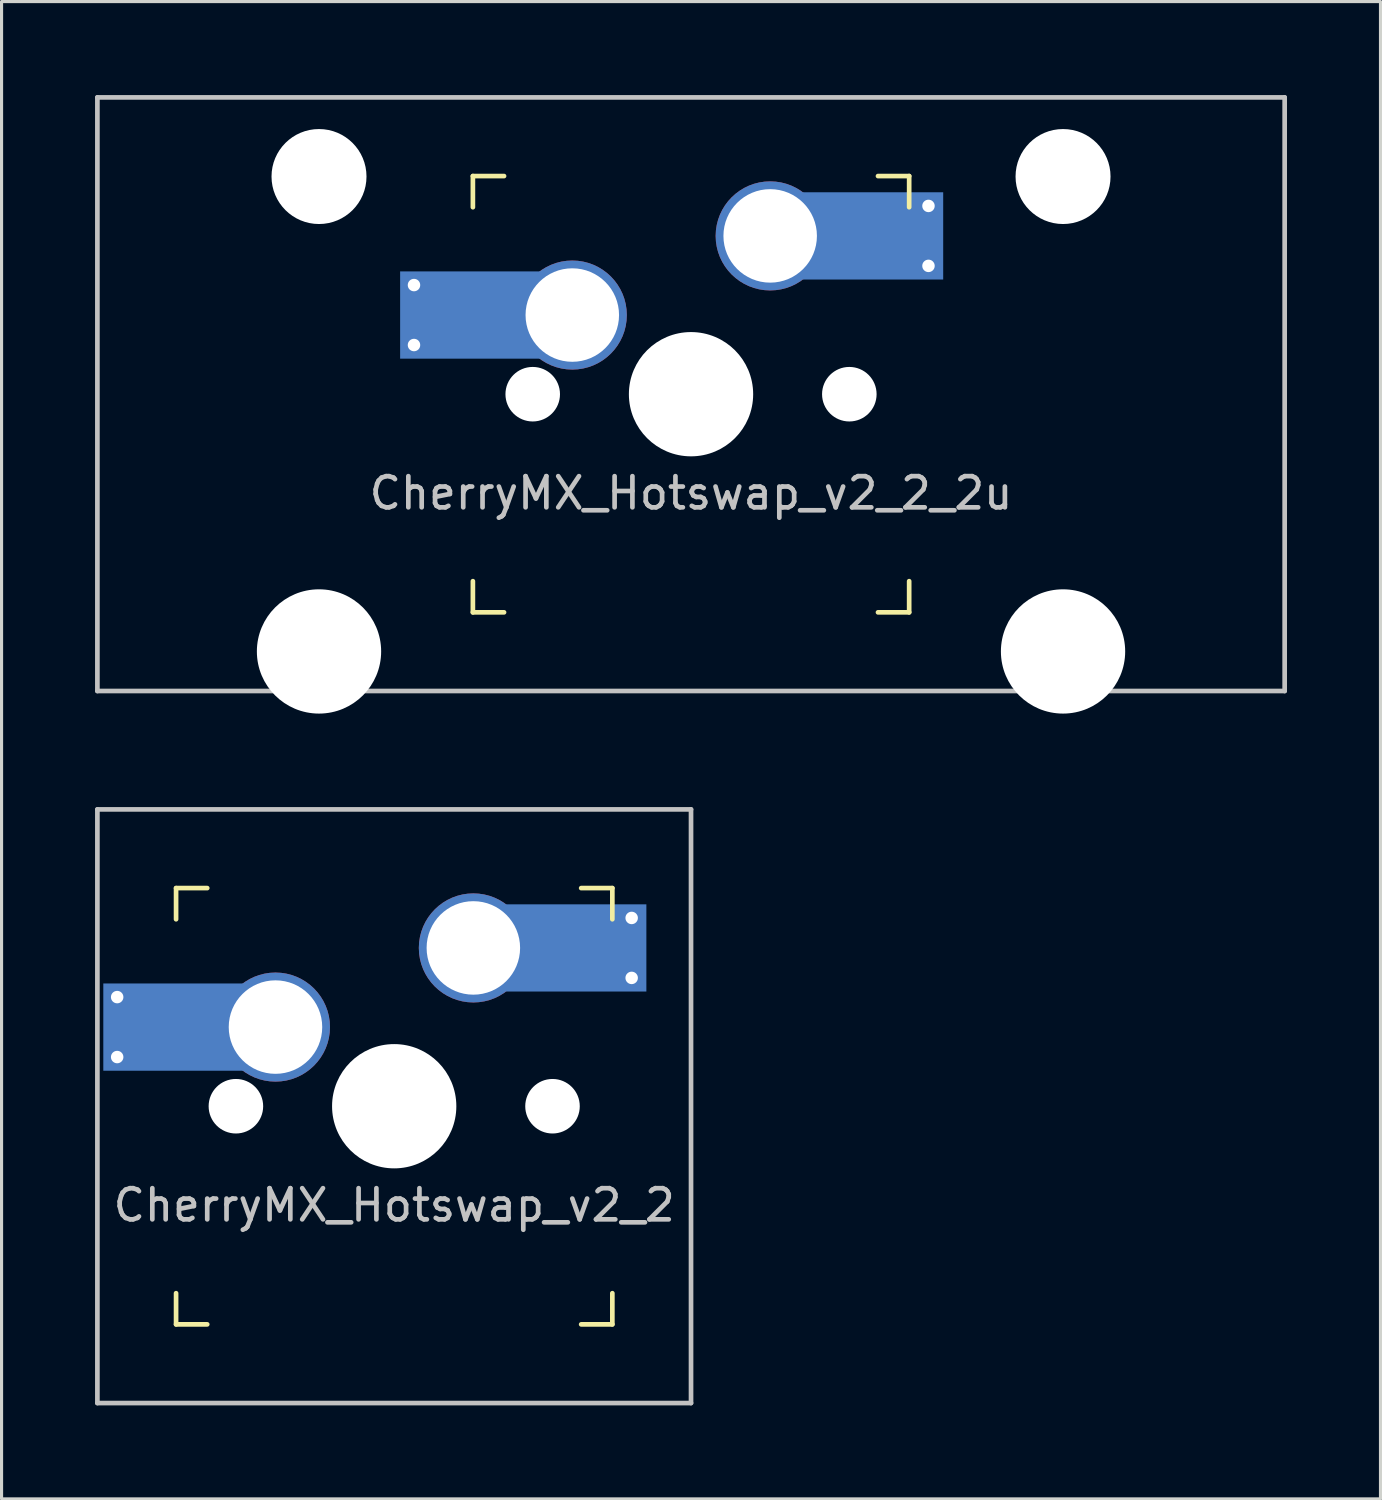
<source format=kicad_pcb>
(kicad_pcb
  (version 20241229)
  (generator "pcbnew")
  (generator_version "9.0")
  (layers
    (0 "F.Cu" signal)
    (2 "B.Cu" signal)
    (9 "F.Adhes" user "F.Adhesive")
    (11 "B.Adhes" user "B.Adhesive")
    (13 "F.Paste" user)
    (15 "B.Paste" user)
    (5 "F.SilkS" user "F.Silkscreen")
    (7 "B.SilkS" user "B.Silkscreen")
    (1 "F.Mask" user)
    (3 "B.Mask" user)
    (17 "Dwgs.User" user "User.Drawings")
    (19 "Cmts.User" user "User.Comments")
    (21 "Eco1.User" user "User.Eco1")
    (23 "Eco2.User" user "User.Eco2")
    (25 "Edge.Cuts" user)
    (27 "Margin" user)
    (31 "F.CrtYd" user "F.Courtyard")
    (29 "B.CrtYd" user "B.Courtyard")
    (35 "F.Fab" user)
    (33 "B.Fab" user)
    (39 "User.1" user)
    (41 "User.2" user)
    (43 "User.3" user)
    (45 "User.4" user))
  (footprint "CherryMX_Hotswap_v2_2"
    (layer "F.Cu")
    (at 9.6 32.449)
    (property "Reference" "CherryMX_Hotswap_v2_2" (at 0 3.175 0) (layer "Dwgs.User") (effects (font (size 1 1) (thickness 0.15))))
    (attr through_hole)
    (fp_line (start -7 -7) (end -7 -6) (stroke (width 0.15) (type solid)) (layer "F.SilkS"))
    (fp_line (start -7 6) (end -7 7) (stroke (width 0.15) (type solid)) (layer "F.SilkS"))
    (fp_line (start -7 7) (end -6 7) (stroke (width 0.15) (type solid)) (layer "F.SilkS"))
    (fp_line (start -6 -7) (end -7 -7) (stroke (width 0.15) (type solid)) (layer "F.SilkS"))
    (fp_line (start 6 -7) (end 7 -7) (stroke (width 0.15) (type solid)) (layer "F.SilkS"))
    (fp_line (start 6 7) (end 7 7) (stroke (width 0.15) (type solid)) (layer "F.SilkS"))
    (fp_line (start 7 -7) (end 7 -6) (stroke (width 0.15) (type solid)) (layer "F.SilkS"))
    (fp_line (start 7 7) (end 7 6) (stroke (width 0.15) (type solid)) (layer "F.SilkS"))
    (fp_line (start -9.525 -9.525) (end 9.525 -9.525) (stroke (width 0.15) (type solid)) (layer "Dwgs.User"))
    (fp_line (start -9.525 9.525) (end -9.525 -9.525) (stroke (width 0.15) (type solid)) (layer "Dwgs.User"))
    (fp_line (start 9.525 -9.525) (end 9.525 9.525) (stroke (width 0.15) (type solid)) (layer "Dwgs.User"))
    (fp_line (start 9.525 9.525) (end -9.525 9.525) (stroke (width 0.15) (type solid)) (layer "Dwgs.User"))
    (pad "" smd rect (at -7.085 -2.54) (size 2.55 2.8) (layers "B.Mask" "B.Paste"))
    (pad "" np_thru_hole circle (at -5.08 0 48.1) (size 1.75 1.75) (drill 1.75) (layers "*.Cu" "*.Mask"))
    (pad "" np_thru_hole circle (at 0 0) (size 3.988 3.988) (drill 3.988) (layers "*.Cu" "*.Mask"))
    (pad "" np_thru_hole circle (at 5.08 0 48.1) (size 1.75 1.75) (drill 1.75) (layers "*.Cu" "*.Mask"))
    (pad "" smd rect (at 5.815 -5.08) (size 2.55 2.8) (layers "B.Mask" "B.Paste"))
    (pad "1" thru_hole circle (at -8.89 -3.502) (size 0.8 0.8) (drill 0.4) (layers "*.Cu"))
    (pad "1" thru_hole circle (at -8.89 -1.578) (size 0.8 0.8) (drill 0.4) (layers "*.Cu"))
    (pad "1" smd custom (at -7.085 -2.54) (size 4.5 2.8) (layers "B.Cu") (options (anchor rect)) (primitives (gr_line (start 2.286 0) (end 3.302 0) (width 0.254))))
    (pad "1" thru_hole circle (at -3.81 -2.54) (size 3.5 3.5) (drill 3) (layers "*.Cu"))
    (pad "2" thru_hole circle (at 2.54 -5.08) (size 3.5 3.5) (drill 3) (layers "*.Cu"))
    (pad "2" smd custom (at 5.842 -5.08) (size 4.5 2.8) (layers "B.Cu") (options (anchor rect)) (primitives (gr_line (start -2.286 0) (end -3.302 0) (width 0.254))))
    (pad "2" thru_hole circle (at 7.62 -6.042) (size 0.8 0.8) (drill 0.4) (layers "*.Cu"))
    (pad "2" thru_hole circle (at 7.62 -4.118) (size 0.8 0.8) (drill 0.4) (layers "*.Cu")))
  (footprint "CherryMX_Hotswap_v2_2_2u"
    (layer "F.Cu")
    (at 19.125 9.6)
    (property "Reference" "CherryMX_Hotswap_v2_2_2u" (at 0 3.175 0) (layer "Dwgs.User") (effects (font (size 1 1) (thickness 0.15))))
    (attr through_hole)
    (fp_line (start -7 -7) (end -7 -6) (stroke (width 0.15) (type solid)) (layer "F.SilkS"))
    (fp_line (start -7 6) (end -7 7) (stroke (width 0.15) (type solid)) (layer "F.SilkS"))
    (fp_line (start -7 7) (end -6 7) (stroke (width 0.15) (type solid)) (layer "F.SilkS"))
    (fp_line (start -6 -7) (end -7 -7) (stroke (width 0.15) (type solid)) (layer "F.SilkS"))
    (fp_line (start 6 -7) (end 7 -7) (stroke (width 0.15) (type solid)) (layer "F.SilkS"))
    (fp_line (start 6 7) (end 7 7) (stroke (width 0.15) (type solid)) (layer "F.SilkS"))
    (fp_line (start 7 -7) (end 7 -6) (stroke (width 0.15) (type solid)) (layer "F.SilkS"))
    (fp_line (start 7 7) (end 7 6) (stroke (width 0.15) (type solid)) (layer "F.SilkS"))
    (fp_line (start -19.05 -9.525) (end 19.05 -9.525) (stroke (width 0.15) (type solid)) (layer "Dwgs.User"))
    (fp_line (start -19.05 9.525) (end -19.05 -9.525) (stroke (width 0.15) (type solid)) (layer "Dwgs.User"))
    (fp_line (start 19.05 -9.525) (end 19.05 9.525) (stroke (width 0.15) (type solid)) (layer "Dwgs.User"))
    (fp_line (start 19.05 9.525) (end -19.05 9.525) (stroke (width 0.15) (type solid)) (layer "Dwgs.User"))
    (pad "" np_thru_hole circle (at -11.938 -6.985) (size 3.048 3.048) (drill 3.048) (layers "*.Cu" "*.Mask"))
    (pad "" np_thru_hole circle (at -11.938 8.255) (size 3.988 3.988) (drill 3.988) (layers "*.Cu" "*.Mask"))
    (pad "" smd rect (at -7.085 -2.54) (size 2.55 2.8) (layers "B.Mask" "B.Paste"))
    (pad "" np_thru_hole circle (at -5.08 0 48.1) (size 1.75 1.75) (drill 1.75) (layers "*.Cu" "*.Mask"))
    (pad "" np_thru_hole circle (at 0 0) (size 3.988 3.988) (drill 3.988) (layers "*.Cu" "*.Mask"))
    (pad "" np_thru_hole circle (at 5.08 0 48.1) (size 1.75 1.75) (drill 1.75) (layers "*.Cu" "*.Mask"))
    (pad "" smd rect (at 5.815 -5.08) (size 2.55 2.8) (layers "B.Mask" "B.Paste"))
    (pad "" np_thru_hole circle (at 11.938 -6.985) (size 3.048 3.048) (drill 3.048) (layers "*.Cu" "*.Mask"))
    (pad "" np_thru_hole circle (at 11.938 8.255) (size 3.988 3.988) (drill 3.988) (layers "*.Cu" "*.Mask"))
    (pad "1" thru_hole circle (at -8.89 -3.502) (size 0.8 0.8) (drill 0.4) (layers "*.Cu"))
    (pad "1" thru_hole circle (at -8.89 -1.578) (size 0.8 0.8) (drill 0.4) (layers "*.Cu"))
    (pad "1" smd custom (at -7.085 -2.54) (size 4.5 2.8) (layers "B.Cu") (options (anchor rect)) (primitives (gr_line (start 2.286 0) (end 3.302 0) (width 0.254))))
    (pad "1" thru_hole circle (at -3.81 -2.54) (size 3.5 3.5) (drill 3) (layers "*.Cu"))
    (pad "2" thru_hole circle (at 2.54 -5.08) (size 3.5 3.5) (drill 3) (layers "*.Cu"))
    (pad "2" smd custom (at 5.842 -5.08) (size 4.5 2.8) (layers "B.Cu") (options (anchor rect)) (primitives (gr_line (start -2.286 0) (end -3.302 0) (width 0.254))))
    (pad "2" thru_hole circle (at 7.62 -6.042) (size 0.8 0.8) (drill 0.4) (layers "*.Cu"))
    (pad "2" thru_hole circle (at 7.62 -4.118) (size 0.8 0.8) (drill 0.4) (layers "*.Cu")))
  (gr_rect
    (start -3 -3)
    (end 41.25 45.049)
    (stroke (width 0.1) (type default))
    (fill no)
    (layer "Edge.Cuts")))
</source>
